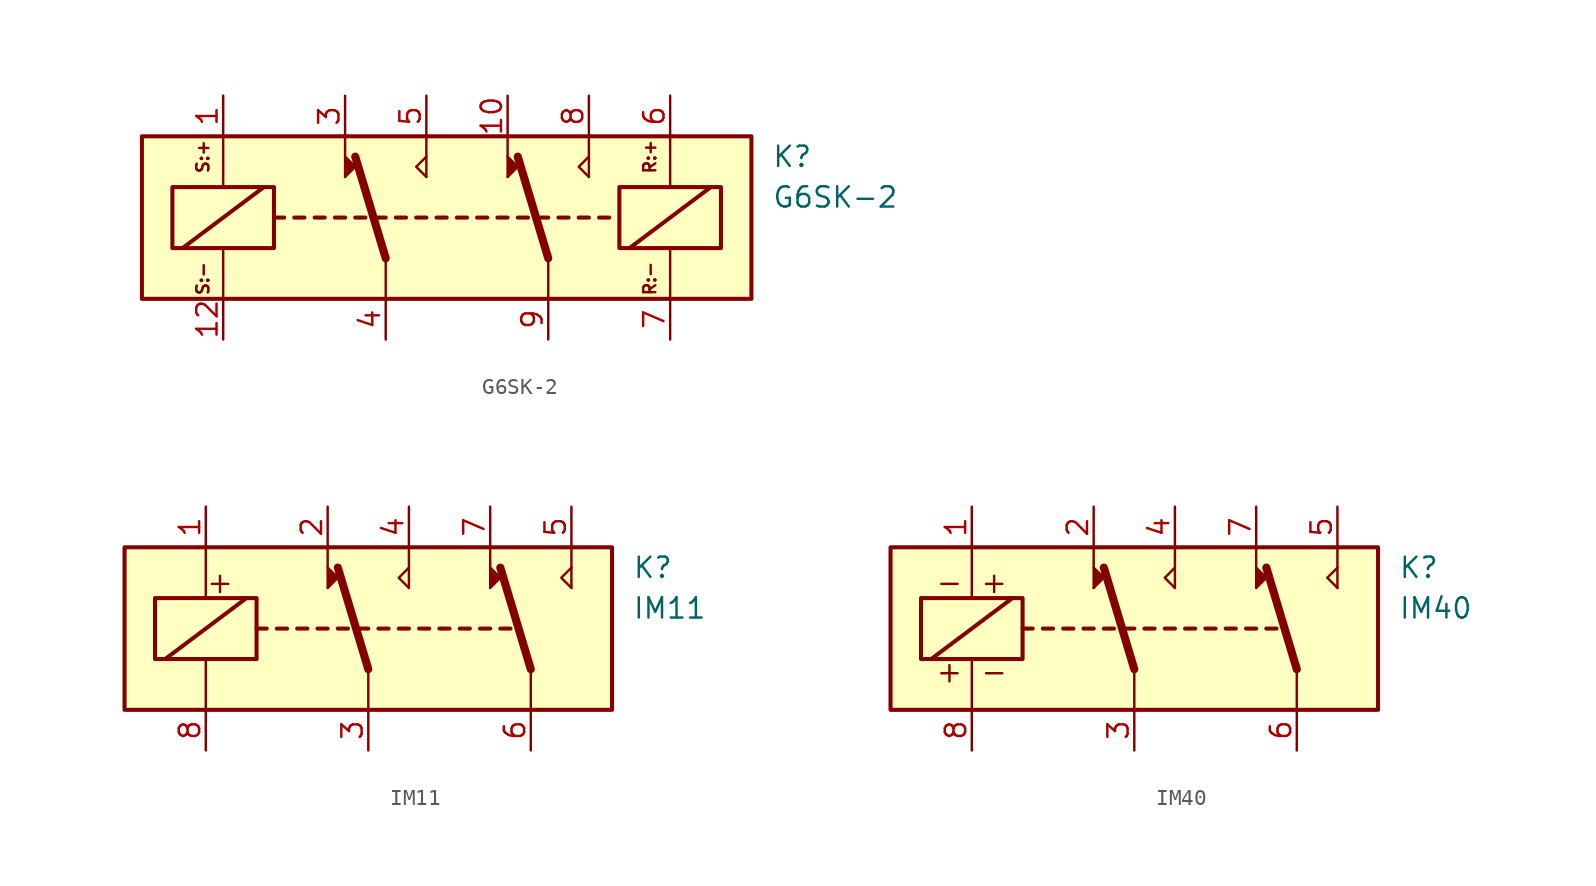
<source format=kicad_sym>
(kicad_symbol_lib
  (version 20201005)
  (generator kicad_symbol_editor)
  (symbol "G6SK-2"
    (property "Reference" "K"
      (at 21.59 3.81 0)
      (effects (font (size 1.27 1.27)) (justify left)))
    (property "Value" "G6SK-2"
      (at 21.59 1.27 0)
      (effects (font (size 1.27 1.27)) (justify left)))
    (symbol "G6SK-2_0_0"
      (text "R:+" (at 13.97 3.81 900) (effects (font (size 0.762 0.762))))
      (text "R:-" (at 13.97 -3.81 900) (effects (font (size 0.762 0.762))))
      (text "S:+" (at -13.97 3.81 900) (effects (font (size 0.762 0.762))))
      (text "S:-" (at -13.97 -3.81 900) (effects (font (size 0.762 0.762)))))
    (symbol "G6SK-2_0_1"
      (rectangle (start -17.78 5.08) (end 20.32 -5.08) (stroke (width 0.254)) (fill (type background)))
      (rectangle (start -15.875 1.905) (end -9.525 -1.905) (stroke (width 0.254)) (fill (type none)))
      (rectangle (start 12.065 1.905) (end 18.415 -1.905) (stroke (width 0.254)) (fill (type none)))
      (polyline (pts (xy -15.24 -1.905) (xy -10.16 1.905)) (stroke (width 0.254)) (fill (type none)))
      (polyline (pts (xy -12.7 -5.08) (xy -12.7 -1.905)) (stroke (width 0)) (fill (type none)))
      (polyline (pts (xy -12.7 5.08) (xy -12.7 1.905)) (stroke (width 0)) (fill (type none)))
      (polyline (pts (xy -9.525 0) (xy -8.89 0)) (stroke (width 0.254)) (fill (type none)))
      (polyline (pts (xy -8.255 0) (xy -7.62 0)) (stroke (width 0.254)) (fill (type none)))
      (polyline (pts (xy -6.985 0) (xy -6.35 0)) (stroke (width 0.254)) (fill (type none)))
      (polyline (pts (xy -5.715 0) (xy -5.08 0)) (stroke (width 0.254)) (fill (type none)))
      (polyline (pts (xy -5.08 2.54) (xy -5.08 5.08)) (stroke (width 0)) (fill (type none)))
      (polyline (pts (xy -4.445 0) (xy -3.81 0)) (stroke (width 0.254)) (fill (type none)))
      (polyline (pts (xy -3.175 0) (xy -2.54 0)) (stroke (width 0.254)) (fill (type none)))
      (polyline (pts (xy -2.54 -2.54) (xy -4.445 3.81)) (stroke (width 0.508)) (fill (type none)))
      (polyline (pts (xy -2.54 -2.54) (xy -2.54 -5.08)) (stroke (width 0)) (fill (type none)))
      (polyline (pts (xy -1.905 0) (xy -1.27 0)) (stroke (width 0.254)) (fill (type none)))
      (polyline (pts (xy -0.635 0) (xy 0 0)) (stroke (width 0.254)) (fill (type none)))
      (polyline (pts (xy 0 2.54) (xy 0 5.08)) (stroke (width 0)) (fill (type none)))
      (polyline (pts (xy 0.635 0) (xy 1.27 0)) (stroke (width 0.254)) (fill (type none)))
      (polyline (pts (xy 1.905 0) (xy 2.54 0)) (stroke (width 0.254)) (fill (type none)))
      (polyline (pts (xy 3.175 0) (xy 3.81 0)) (stroke (width 0.254)) (fill (type none)))
      (polyline (pts (xy 4.445 0) (xy 5.08 0)) (stroke (width 0.254)) (fill (type none)))
      (polyline (pts (xy 5.08 2.54) (xy 5.08 5.08)) (stroke (width 0)) (fill (type none)))
      (polyline (pts (xy 5.715 0) (xy 6.35 0)) (stroke (width 0.254)) (fill (type none)))
      (polyline (pts (xy 6.985 0) (xy 7.62 0)) (stroke (width 0.254)) (fill (type none)))
      (polyline (pts (xy 7.62 -2.54) (xy 5.715 3.81)) (stroke (width 0.508)) (fill (type none)))
      (polyline (pts (xy 7.62 -2.54) (xy 7.62 -5.08)) (stroke (width 0)) (fill (type none)))
      (polyline (pts (xy 8.255 0) (xy 8.89 0)) (stroke (width 0.254)) (fill (type none)))
      (polyline (pts (xy 9.525 0) (xy 10.16 0)) (stroke (width 0.254)) (fill (type none)))
      (polyline (pts (xy 10.16 2.54) (xy 10.16 5.08)) (stroke (width 0)) (fill (type none)))
      (polyline (pts (xy 10.795 0) (xy 11.43 0)) (stroke (width 0.254)) (fill (type none)))
      (polyline (pts (xy 12.7 -1.905) (xy 17.78 1.905)) (stroke (width 0.254)) (fill (type none)))
      (polyline (pts (xy 15.24 -5.08) (xy 15.24 -1.905)) (stroke (width 0)) (fill (type none)))
      (polyline (pts (xy 15.24 5.08) (xy 15.24 1.905)) (stroke (width 0)) (fill (type none)))
      (polyline (pts (xy -5.08 2.54) (xy -4.445 3.175) (xy -5.08 3.81)) (stroke (width 0)) (fill (type outline)))
      (polyline (pts (xy 0 2.54) (xy -0.635 3.175) (xy 0 3.81)) (stroke (width 0)) (fill (type none)))
      (polyline (pts (xy 5.08 2.54) (xy 5.715 3.175) (xy 5.08 3.81)) (stroke (width 0)) (fill (type outline)))
      (polyline (pts (xy 10.16 2.54) (xy 9.525 3.175) (xy 10.16 3.81)) (stroke (width 0)) (fill (type none))))
    (symbol "G6SK-2_1_1"
      (pin passive line (at -12.7 7.62 270) (length 2.54) (name "~" (effects (font (size 1.27 1.27)))) (number "1" (effects (font (size 1.27 1.27)))))
      (pin passive line (at 5.08 7.62 270) (length 2.54) (name "~" (effects (font (size 1.27 1.27)))) (number "10" (effects (font (size 1.27 1.27)))))
      (pin passive line (at -12.7 -7.62 90) (length 2.54) (name "~" (effects (font (size 1.27 1.27)))) (number "12" (effects (font (size 1.27 1.27)))))
      (pin passive line (at -5.08 7.62 270) (length 2.54) (name "~" (effects (font (size 1.27 1.27)))) (number "3" (effects (font (size 1.27 1.27)))))
      (pin passive line (at -2.54 -7.62 90) (length 2.54) (name "~" (effects (font (size 1.27 1.27)))) (number "4" (effects (font (size 1.27 1.27)))))
      (pin passive line (at 0 7.62 270) (length 2.54) (name "~" (effects (font (size 1.27 1.27)))) (number "5" (effects (font (size 1.27 1.27)))))
      (pin passive line (at 15.24 7.62 270) (length 2.54) (name "~" (effects (font (size 1.27 1.27)))) (number "6" (effects (font (size 1.27 1.27)))))
      (pin passive line (at 15.24 -7.62 90) (length 2.54) (name "~" (effects (font (size 1.27 1.27)))) (number "7" (effects (font (size 1.27 1.27)))))
      (pin passive line (at 10.16 7.62 270) (length 2.54) (name "~" (effects (font (size 1.27 1.27)))) (number "8" (effects (font (size 1.27 1.27)))))
      (pin passive line (at 7.62 -7.62 90) (length 2.54) (name "~" (effects (font (size 1.27 1.27)))) (number "9" (effects (font (size 1.27 1.27)))))))
  (symbol "IM11"
    (pin_names
      (offset 1.016))
    (property "Reference" "K"
      (at 16.51 3.81 0)
      (effects (font (size 1.27 1.27)) (justify left)))
    (property "Value" "IM11"
      (at 16.51 1.27 0)
      (effects (font (size 1.27 1.27)) (justify left)))
    (symbol "IM11_0_1"
      (rectangle (start -15.24 5.08) (end 15.24 -5.08) (stroke (width 0.254)) (fill (type background)))
      (rectangle (start -13.335 1.905) (end -6.985 -1.905) (stroke (width 0.254)) (fill (type none)))
      (polyline (pts (xy -12.7 -1.905) (xy -7.62 1.905)) (stroke (width 0.254)) (fill (type none)))
      (polyline (pts (xy -10.16 -5.08) (xy -10.16 -1.905)) (stroke (width 0)) (fill (type none)))
      (polyline (pts (xy -10.16 5.08) (xy -10.16 1.905)) (stroke (width 0)) (fill (type none)))
      (polyline (pts (xy -9.779 2.794) (xy -8.763 2.794)) (stroke (width 0)) (fill (type none)))
      (polyline (pts (xy -9.271 3.302) (xy -9.271 2.286)) (stroke (width 0)) (fill (type none)))
      (polyline (pts (xy -6.985 0) (xy -6.35 0)) (stroke (width 0.254)) (fill (type none)))
      (polyline (pts (xy -5.715 0) (xy -5.08 0)) (stroke (width 0.254)) (fill (type none)))
      (polyline (pts (xy -4.445 0) (xy -3.81 0)) (stroke (width 0.254)) (fill (type none)))
      (polyline (pts (xy -3.175 0) (xy -2.54 0)) (stroke (width 0.254)) (fill (type none)))
      (polyline (pts (xy -2.54 2.54) (xy -2.54 5.08)) (stroke (width 0)) (fill (type none)))
      (polyline (pts (xy -1.905 0) (xy -1.27 0)) (stroke (width 0.254)) (fill (type none)))
      (polyline (pts (xy -0.635 0) (xy 0 0)) (stroke (width 0.254)) (fill (type none)))
      (polyline (pts (xy 0 -2.54) (xy -1.905 3.81)) (stroke (width 0.508)) (fill (type none)))
      (polyline (pts (xy 0 -2.54) (xy 0 -5.08)) (stroke (width 0)) (fill (type none)))
      (polyline (pts (xy 0.635 0) (xy 1.27 0)) (stroke (width 0.254)) (fill (type none)))
      (polyline (pts (xy 1.905 0) (xy 2.54 0)) (stroke (width 0.254)) (fill (type none)))
      (polyline (pts (xy 2.54 2.54) (xy 2.54 5.08)) (stroke (width 0)) (fill (type none)))
      (polyline (pts (xy 3.175 0) (xy 3.81 0)) (stroke (width 0.254)) (fill (type none)))
      (polyline (pts (xy 4.445 0) (xy 5.08 0)) (stroke (width 0.254)) (fill (type none)))
      (polyline (pts (xy 5.715 0) (xy 6.35 0)) (stroke (width 0.254)) (fill (type none)))
      (polyline (pts (xy 6.985 0) (xy 7.62 0)) (stroke (width 0.254)) (fill (type none)))
      (polyline (pts (xy 7.62 2.54) (xy 7.62 5.08)) (stroke (width 0)) (fill (type none)))
      (polyline (pts (xy 8.255 0) (xy 8.89 0)) (stroke (width 0.254)) (fill (type none)))
      (polyline (pts (xy 10.16 -2.54) (xy 8.255 3.81)) (stroke (width 0.508)) (fill (type none)))
      (polyline (pts (xy 10.16 -2.54) (xy 10.16 -5.08)) (stroke (width 0)) (fill (type none)))
      (polyline (pts (xy 12.7 2.54) (xy 12.7 5.08)) (stroke (width 0)) (fill (type none)))
      (polyline (pts (xy -2.54 2.54) (xy -1.905 3.175) (xy -2.54 3.81)) (stroke (width 0)) (fill (type outline)))
      (polyline (pts (xy 2.54 2.54) (xy 1.905 3.175) (xy 2.54 3.81)) (stroke (width 0)) (fill (type none)))
      (polyline (pts (xy 7.62 2.54) (xy 8.255 3.175) (xy 7.62 3.81)) (stroke (width 0)) (fill (type outline)))
      (polyline (pts (xy 12.7 2.54) (xy 12.065 3.175) (xy 12.7 3.81)) (stroke (width 0)) (fill (type none))))
    (symbol "IM11_1_1"
      (pin passive line (at -10.16 7.62 270) (length 2.54) (name "~" (effects (font (size 1.27 1.27)))) (number "1" (effects (font (size 1.27 1.27)))))
      (pin passive line (at -2.54 7.62 270) (length 2.54) (name "~" (effects (font (size 1.27 1.27)))) (number "2" (effects (font (size 1.27 1.27)))))
      (pin passive line (at 0 -7.62 90) (length 2.54) (name "~" (effects (font (size 1.27 1.27)))) (number "3" (effects (font (size 1.27 1.27)))))
      (pin passive line (at 2.54 7.62 270) (length 2.54) (name "~" (effects (font (size 1.27 1.27)))) (number "4" (effects (font (size 1.27 1.27)))))
      (pin passive line (at 12.7 7.62 270) (length 2.54) (name "~" (effects (font (size 1.27 1.27)))) (number "5" (effects (font (size 1.27 1.27)))))
      (pin passive line (at 10.16 -7.62 90) (length 2.54) (name "~" (effects (font (size 1.27 1.27)))) (number "6" (effects (font (size 1.27 1.27)))))
      (pin passive line (at 7.62 7.62 270) (length 2.54) (name "~" (effects (font (size 1.27 1.27)))) (number "7" (effects (font (size 1.27 1.27)))))
      (pin passive line (at -10.16 -7.62 90) (length 2.54) (name "~" (effects (font (size 1.27 1.27)))) (number "8" (effects (font (size 1.27 1.27)))))))
  (symbol "IM40"
    (pin_names
      (offset 1.016))
    (property "Reference" "K"
      (at 16.51 3.81 0)
      (effects (font (size 1.27 1.27)) (justify left)))
    (property "Value" "IM40"
      (at 16.51 1.27 0)
      (effects (font (size 1.27 1.27)) (justify left)))
    (symbol "IM40_0_1"
      (rectangle (start -15.24 5.08) (end 15.24 -5.08) (stroke (width 0.254)) (fill (type background)))
      (rectangle (start -13.335 1.905) (end -6.985 -1.905) (stroke (width 0.254)) (fill (type none)))
      (polyline (pts (xy -12.7 -1.905) (xy -7.62 1.905)) (stroke (width 0.254)) (fill (type none)))
      (polyline (pts (xy -12.065 -2.794) (xy -11.049 -2.794)) (stroke (width 0)) (fill (type none)))
      (polyline (pts (xy -12.065 2.794) (xy -11.049 2.794)) (stroke (width 0)) (fill (type none)))
      (polyline (pts (xy -11.557 -2.286) (xy -11.557 -3.302)) (stroke (width 0)) (fill (type none)))
      (polyline (pts (xy -10.16 -5.08) (xy -10.16 -1.905)) (stroke (width 0)) (fill (type none)))
      (polyline (pts (xy -10.16 5.08) (xy -10.16 1.905)) (stroke (width 0)) (fill (type none)))
      (polyline (pts (xy -9.271 -2.794) (xy -8.255 -2.794)) (stroke (width 0)) (fill (type none)))
      (polyline (pts (xy -9.271 2.794) (xy -8.255 2.794)) (stroke (width 0)) (fill (type none)))
      (polyline (pts (xy -8.763 3.302) (xy -8.763 2.286)) (stroke (width 0)) (fill (type none)))
      (polyline (pts (xy -6.985 0) (xy -6.35 0)) (stroke (width 0.254)) (fill (type none)))
      (polyline (pts (xy -5.715 0) (xy -5.08 0)) (stroke (width 0.254)) (fill (type none)))
      (polyline (pts (xy -4.445 0) (xy -3.81 0)) (stroke (width 0.254)) (fill (type none)))
      (polyline (pts (xy -3.175 0) (xy -2.54 0)) (stroke (width 0.254)) (fill (type none)))
      (polyline (pts (xy -2.54 2.54) (xy -2.54 5.08)) (stroke (width 0)) (fill (type none)))
      (polyline (pts (xy -1.905 0) (xy -1.27 0)) (stroke (width 0.254)) (fill (type none)))
      (polyline (pts (xy -0.635 0) (xy 0 0)) (stroke (width 0.254)) (fill (type none)))
      (polyline (pts (xy 0 -2.54) (xy -1.905 3.81)) (stroke (width 0.508)) (fill (type none)))
      (polyline (pts (xy 0 -2.54) (xy 0 -5.08)) (stroke (width 0)) (fill (type none)))
      (polyline (pts (xy 0.635 0) (xy 1.27 0)) (stroke (width 0.254)) (fill (type none)))
      (polyline (pts (xy 1.905 0) (xy 2.54 0)) (stroke (width 0.254)) (fill (type none)))
      (polyline (pts (xy 2.54 2.54) (xy 2.54 5.08)) (stroke (width 0)) (fill (type none)))
      (polyline (pts (xy 3.175 0) (xy 3.81 0)) (stroke (width 0.254)) (fill (type none)))
      (polyline (pts (xy 4.445 0) (xy 5.08 0)) (stroke (width 0.254)) (fill (type none)))
      (polyline (pts (xy 5.715 0) (xy 6.35 0)) (stroke (width 0.254)) (fill (type none)))
      (polyline (pts (xy 6.985 0) (xy 7.62 0)) (stroke (width 0.254)) (fill (type none)))
      (polyline (pts (xy 7.62 2.54) (xy 7.62 5.08)) (stroke (width 0)) (fill (type none)))
      (polyline (pts (xy 8.255 0) (xy 8.89 0)) (stroke (width 0.254)) (fill (type none)))
      (polyline (pts (xy 10.16 -2.54) (xy 8.255 3.81)) (stroke (width 0.508)) (fill (type none)))
      (polyline (pts (xy 10.16 -2.54) (xy 10.16 -5.08)) (stroke (width 0)) (fill (type none)))
      (polyline (pts (xy 12.7 2.54) (xy 12.7 5.08)) (stroke (width 0)) (fill (type none)))
      (polyline (pts (xy -2.54 2.54) (xy -1.905 3.175) (xy -2.54 3.81)) (stroke (width 0)) (fill (type outline)))
      (polyline (pts (xy 2.54 2.54) (xy 1.905 3.175) (xy 2.54 3.81)) (stroke (width 0)) (fill (type none)))
      (polyline (pts (xy 7.62 2.54) (xy 8.255 3.175) (xy 7.62 3.81)) (stroke (width 0)) (fill (type outline)))
      (polyline (pts (xy 12.7 2.54) (xy 12.065 3.175) (xy 12.7 3.81)) (stroke (width 0)) (fill (type none))))
    (symbol "IM40_1_1"
      (pin passive line (at -10.16 7.62 270) (length 2.54) (name "~" (effects (font (size 1.27 1.27)))) (number "1" (effects (font (size 1.27 1.27)))))
      (pin passive line (at -2.54 7.62 270) (length 2.54) (name "~" (effects (font (size 1.27 1.27)))) (number "2" (effects (font (size 1.27 1.27)))))
      (pin passive line (at 0 -7.62 90) (length 2.54) (name "~" (effects (font (size 1.27 1.27)))) (number "3" (effects (font (size 1.27 1.27)))))
      (pin passive line (at 2.54 7.62 270) (length 2.54) (name "~" (effects (font (size 1.27 1.27)))) (number "4" (effects (font (size 1.27 1.27)))))
      (pin passive line (at 12.7 7.62 270) (length 2.54) (name "~" (effects (font (size 1.27 1.27)))) (number "5" (effects (font (size 1.27 1.27)))))
      (pin passive line (at 10.16 -7.62 90) (length 2.54) (name "~" (effects (font (size 1.27 1.27)))) (number "6" (effects (font (size 1.27 1.27)))))
      (pin passive line (at 7.62 7.62 270) (length 2.54) (name "~" (effects (font (size 1.27 1.27)))) (number "7" (effects (font (size 1.27 1.27)))))
      (pin passive line (at -10.16 -7.62 90) (length 2.54) (name "~" (effects (font (size 1.27 1.27)))) (number "8" (effects (font (size 1.27 1.27))))))))
</source>
